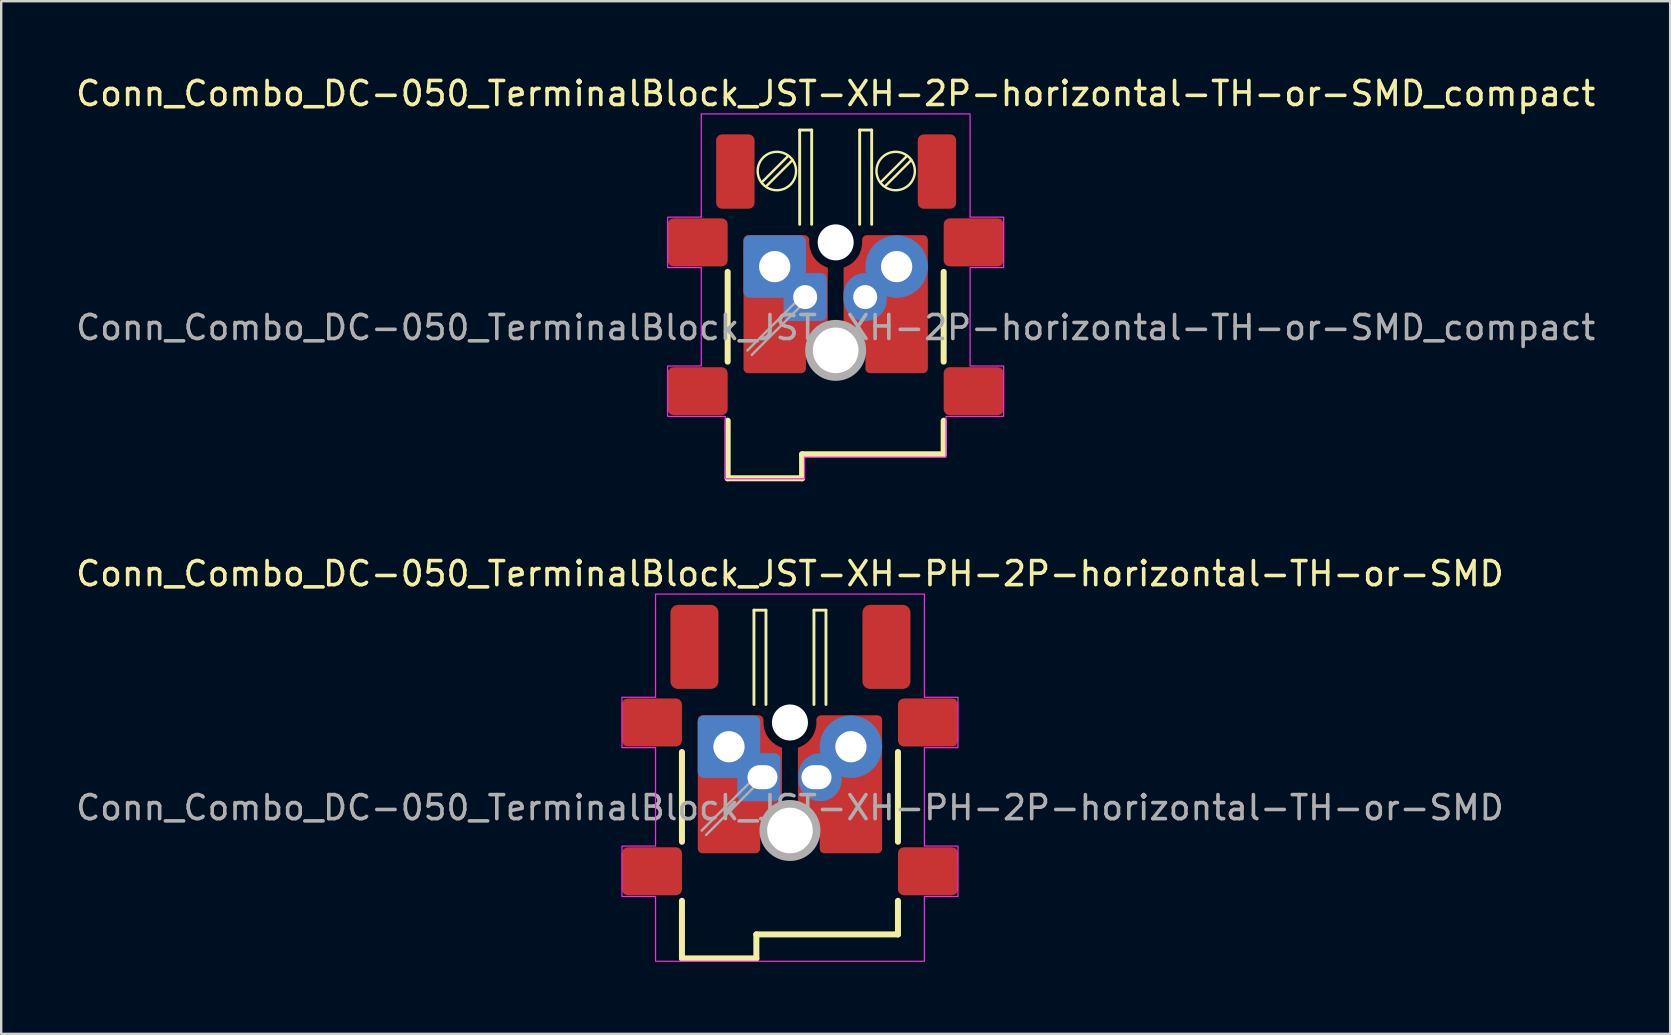
<source format=kicad_pcb>
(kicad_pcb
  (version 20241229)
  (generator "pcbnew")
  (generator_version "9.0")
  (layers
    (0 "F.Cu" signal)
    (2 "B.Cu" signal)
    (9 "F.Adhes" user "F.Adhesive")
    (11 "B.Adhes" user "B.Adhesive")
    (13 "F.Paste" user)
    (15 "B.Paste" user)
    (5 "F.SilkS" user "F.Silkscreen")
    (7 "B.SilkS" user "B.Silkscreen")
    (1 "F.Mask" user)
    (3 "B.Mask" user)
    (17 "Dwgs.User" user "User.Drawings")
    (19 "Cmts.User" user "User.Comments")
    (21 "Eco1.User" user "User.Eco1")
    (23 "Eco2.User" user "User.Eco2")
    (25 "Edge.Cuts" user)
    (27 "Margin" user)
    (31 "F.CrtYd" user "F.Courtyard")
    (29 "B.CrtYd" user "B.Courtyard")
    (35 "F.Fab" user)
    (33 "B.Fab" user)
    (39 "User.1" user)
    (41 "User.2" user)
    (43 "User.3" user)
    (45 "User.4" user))
  (footprint "Conn_Combo_DC-050_TerminalBlock_JST-XH-PH-2P-horizontal-TH-or-SMD"
    (layer "F.Cu")
    (at 29.863 30.602)
    (property "Reference" "Conn_Combo_DC-050_TerminalBlock_JST-XH-PH-2P-horizontal-TH-or-SMD" (at 0 -9.75 0) (layer "F.SilkS") (effects (font (size 1 1) (thickness 0.15))))
    (attr through_hole)
    (fp_line (start -4.5 -2.32) (end -4.5 1.42) (stroke (width 0.25) (type solid)) (layer "F.SilkS"))
    (fp_line (start -4.5 3.88) (end -4.5 6.28) (stroke (width 0.25) (type solid)) (layer "F.SilkS"))
    (fp_line (start -4.5 6.28) (end -1.4 6.28) (stroke (width 0.25) (type solid)) (layer "F.SilkS"))
    (fp_line (start -1.5 -8.23) (end -1.5 -4.3) (stroke (width 0.12) (type solid)) (layer "F.SilkS"))
    (fp_line (start -1.4 5.28) (end 4.5 5.28) (stroke (width 0.25) (type solid)) (layer "F.SilkS"))
    (fp_line (start -1.4 6.28) (end -1.4 5.28) (stroke (width 0.25) (type solid)) (layer "F.SilkS"))
    (fp_line (start -1 -8.23) (end -1.5 -8.23) (stroke (width 0.12) (type solid)) (layer "F.SilkS"))
    (fp_line (start -1 -4.3) (end -1 -8.23) (stroke (width 0.12) (type solid)) (layer "F.SilkS"))
    (fp_line (start 1 -8.23) (end 1 -4.3) (stroke (width 0.12) (type solid)) (layer "F.SilkS"))
    (fp_line (start 1.5 -8.23) (end 1 -8.23) (stroke (width 0.12) (type solid)) (layer "F.SilkS"))
    (fp_line (start 1.5 -4.3) (end 1.5 -8.23) (stroke (width 0.12) (type solid)) (layer "F.SilkS"))
    (fp_line (start 4.5 -2.32) (end 4.5 1.42) (stroke (width 0.25) (type solid)) (layer "F.SilkS"))
    (fp_line (start 4.5 5.28) (end 4.5 3.88) (stroke (width 0.25) (type solid)) (layer "F.SilkS"))
    (fp_circle (center 0 -3.55) (end 0 -3.25) (stroke (width 0.6) (type solid)) (fill no) (layer "Cmts.User"))
    (fp_circle (center 0 0.95) (end 0 1.33) (stroke (width 0.75) (type solid)) (fill no) (layer "Cmts.User"))
    (fp_poly (pts (xy -5.6 3.7) (xy -7 3.7) (xy -7 1.6) (xy -5.6 1.6) (xy -5.6 -2.5) (xy -7 -2.5) (xy -7 -4.6) (xy -5.6 -4.6) (xy -5.6 -8.9) (xy 5.6 -8.9) (xy 5.6 -4.6) (xy 7 -4.6) (xy 7 -2.5) (xy 5.6 -2.5) (xy 5.6 1.6) (xy 7 1.6) (xy 7 3.7) (xy 5.6 3.7) (xy 5.6 6.4) (xy -5.6 6.4)) (stroke (width 0.05) (type solid)) (fill no) (layer "F.CrtYd"))
    (fp_line (start -1.585 -1.138) (end -3.678 0.955) (stroke (width 0.1) (type solid)) (layer "F.Fab"))
    (fp_line (start -1.402 -0.955) (end -3.495 1.138) (stroke (width 0.1) (type solid)) (layer "F.Fab"))
    (fp_circle (center 0 -3.55) (end 0 -3.22) (stroke (width 0.65) (type solid)) (fill no) (layer "F.Fab"))
    (fp_circle (center 0 0.95) (end 0 1.37) (stroke (width 0.85) (type solid)) (fill no) (layer "F.Fab"))
    (fp_text user "${REFERENCE}" (at 0 0 0) (layer "F.Fab") (effects (font (size 1 1) (thickness 0.15))))
    (pad "" np_thru_hole circle (at 0 -3.55 270) (size 1.5 1.5) (drill 1.5) (layers "*.Cu" "*.Mask"))
    (pad "" np_thru_hole circle (at 0 0.95 270) (size 1.9 1.9) (drill 1.9) (layers "*.Cu" "*.Mask"))
    (pad "1" thru_hole oval (at 1.105 -1.27 180) (size 1.8 2) (drill oval 1.25 1 (offset -0.15 0)) (layers "*.Cu" "*.Mask"))
    (pad "1" smd custom (at 1.23 -1.27) (size 1.4 2) (layers "F.Cu" "F.Mask" "F.Paste") (options (anchor rect)) (primitives (gr_poly (pts (xy -0.134 -2.164) (xy -0.131 -2.197) (xy -0.129 -2.278) (xy -0.129 -2.282) (arc (start -0.129364 -2.38) (mid -0.070786 -2.521423) (end 0.070636 -2.58)) (arc (start 2.41 -2.58) (mid 2.551421 -2.521421) (end 2.61 -2.38)) (arc (start 2.61 2.97) (mid 2.551421 3.111421) (end 2.41 3.17)) (arc (start 0.21 3.17) (mid 0.068579 3.111421) (end 0.01 2.97)) (xy 0.01 2.222) (xy 0.01 2.218) (xy 0.008 2.134) (xy 0.006 2.105) (xy -0.022 1.936) (xy -0.03 1.904) (xy -0.084 1.744) (xy -0.097 1.714) (xy -0.176 1.565) (xy -0.194 1.537) (xy -0.296 1.403) (xy -0.318 1.378) (xy -0.441 1.262) (xy -0.466 1.242) (xy -0.606 1.147) (xy -0.635 1.131) (xy -0.79 1.059) (xy -0.817 1.049) (xy -0.9 1.025) (xy -0.9 -1.23) (xy -0.821 -1.257) (xy -0.791 -1.269) (xy -0.645 -1.346) (xy -0.615 -1.366) (xy -0.487 -1.467) (xy -0.461 -1.491) (xy -0.353 -1.614) (xy -0.331 -1.643) (xy -0.247 -1.782) (xy -0.231 -1.815) (xy -0.174 -1.967) (xy -0.164 -2.002)) (width 0) (fill yes))))
    (pad "1" thru_hole circle (at 2.54 -2.54) (size 2.6 2.6) (drill 1.3) (layers "*.Cu" "*.Mask"))
    (pad "1" smd roundrect (at 5.75 -3.55 270) (size 2 2.5) (layers "F.Cu" "F.Mask" "F.Paste") (roundrect_rratio 0.125))
    (pad "1" smd roundrect (at 5.75 2.65 270) (size 2 2.5) (layers "F.Cu" "F.Mask" "F.Paste") (roundrect_rratio 0.125))
    (pad "2" smd roundrect (at -5.75 -3.55 270) (size 2 2.5) (layers "F.Cu" "F.Mask" "F.Paste") (roundrect_rratio 0.125))
    (pad "2" thru_hole roundrect (at -2.54 -2.54) (size 2.6 2.6) (drill 1.3) (layers "*.Cu" "*.Mask") (roundrect_rratio 0.096))
    (pad "2" smd custom (at -1.24 -1.24) (size 1.4 2) (layers "F.Cu" "F.Mask" "F.Paste") (options (anchor rect)) (primitives (gr_poly (pts (xy 0.144 -2.194) (xy 0.141 -2.227) (xy 0.139 -2.308) (xy 0.139 -2.312) (arc (start 0.139364 -2.41) (mid 0.080786 -2.551423) (end -0.060636 -2.61)) (arc (start -2.4 -2.61) (mid -2.541421 -2.551421) (end -2.6 -2.41)) (arc (start -2.6 2.94) (mid -2.541421 3.081421) (end -2.4 3.14)) (arc (start -0.2 3.14) (mid -0.058579 3.081421) (end 0 2.94)) (xy 0 2.192) (xy 0.000032 2.188) (xy 0.002 2.104) (xy 0.004 2.075) (xy 0.032 1.906) (xy 0.04 1.874) (xy 0.094 1.714) (xy 0.107 1.684) (xy 0.186 1.535) (xy 0.204 1.507) (xy 0.306 1.373) (xy 0.328 1.348) (xy 0.451 1.232) (xy 0.476 1.212) (xy 0.616 1.117) (xy 0.645 1.101) (xy 0.8 1.029) (xy 0.827 1.019) (xy 0.91 0.995) (xy 0.91 -1.26) (xy 0.831 -1.287) (xy 0.801 -1.299) (xy 0.655 -1.376) (xy 0.625 -1.396) (xy 0.497 -1.497) (xy 0.471 -1.521) (xy 0.363 -1.644) (xy 0.341 -1.673) (xy 0.257 -1.812) (xy 0.241 -1.845) (xy 0.184 -1.997) (xy 0.174 -2.032)) (width 0) (fill yes))))
    (pad "2" thru_hole roundrect (at -1.145 -1.27 180) (size 1.8 2) (drill oval 1.25 1 (offset 0.15 0)) (layers "*.Cu" "*.Mask") (roundrect_rratio 0.139))
    (pad "3" smd roundrect (at -5.75 2.65 270) (size 2 2.5) (layers "F.Cu" "F.Mask" "F.Paste") (roundrect_rratio 0.125))
    (pad "MP" smd roundrect (at -3.98 -6.7) (size 2 3.5) (layers "F.Cu" "F.Mask" "F.Paste") (roundrect_rratio 0.156))
    (pad "MP" smd roundrect (at 4.02 -6.7) (size 2 3.5) (layers "F.Cu" "F.Mask" "F.Paste") (roundrect_rratio 0.156)))
  (footprint "Conn_Combo_DC-050_TerminalBlock_JST-XH-2P-horizontal-TH-or-SMD_compact"
    (layer "F.Cu")
    (at 31.768 10.598)
    (property "Reference" "Conn_Combo_DC-050_TerminalBlock_JST-XH-2P-horizontal-TH-or-SMD_compact" (at 0 -9.75 0) (layer "F.SilkS") (effects (font (size 1 1) (thickness 0.15))))
    (attr through_hole)
    (fp_line (start -4.5 -2.32) (end -4.5 1.42) (stroke (width 0.25) (type solid)) (layer "F.SilkS"))
    (fp_line (start -4.5 3.88) (end -4.5 6.28) (stroke (width 0.25) (type solid)) (layer "F.SilkS"))
    (fp_line (start -4.5 6.28) (end -1.4 6.28) (stroke (width 0.25) (type solid)) (layer "F.SilkS"))
    (fp_line (start -2.001 -7.129) (end -3.051 -6.079) (stroke (width 0.1) (type solid)) (layer "F.SilkS"))
    (fp_line (start -1.801 -6.979) (end -2.901 -5.879) (stroke (width 0.1) (type solid)) (layer "F.SilkS"))
    (fp_line (start -1.5 -8.23) (end -1.5 -4.3) (stroke (width 0.12) (type solid)) (layer "F.SilkS"))
    (fp_line (start -1.4 5.28) (end 4.5 5.28) (stroke (width 0.25) (type solid)) (layer "F.SilkS"))
    (fp_line (start -1.4 6.28) (end -1.4 5.28) (stroke (width 0.25) (type solid)) (layer "F.SilkS"))
    (fp_line (start -1 -8.23) (end -1.5 -8.23) (stroke (width 0.12) (type solid)) (layer "F.SilkS"))
    (fp_line (start -1 -4.3) (end -1 -8.23) (stroke (width 0.12) (type solid)) (layer "F.SilkS"))
    (fp_line (start 1 -8.23) (end 1 -4.3) (stroke (width 0.12) (type solid)) (layer "F.SilkS"))
    (fp_line (start 1.5 -8.23) (end 1 -8.23) (stroke (width 0.12) (type solid)) (layer "F.SilkS"))
    (fp_line (start 1.5 -4.3) (end 1.5 -8.23) (stroke (width 0.12) (type solid)) (layer "F.SilkS"))
    (fp_line (start 2.949 -7.129) (end 1.899 -6.079) (stroke (width 0.1) (type solid)) (layer "F.SilkS"))
    (fp_line (start 3.149 -6.979) (end 2.049 -5.879) (stroke (width 0.1) (type solid)) (layer "F.SilkS"))
    (fp_line (start 4.5 -2.32) (end 4.5 1.42) (stroke (width 0.25) (type solid)) (layer "F.SilkS"))
    (fp_line (start 4.5 5.28) (end 4.5 3.88) (stroke (width 0.25) (type solid)) (layer "F.SilkS"))
    (fp_circle (center -2.45 -6.522) (end -1.65 -6.522) (stroke (width 0.1) (type solid)) (fill no) (layer "F.SilkS"))
    (fp_circle (center 2.5 -6.522) (end 3.3 -6.522) (stroke (width 0.1) (type solid)) (fill no) (layer "F.SilkS"))
    (fp_circle (center 0 -3.55) (end 0 -3.25) (stroke (width 0.6) (type solid)) (fill no) (layer "Cmts.User"))
    (fp_circle (center 0 0.95) (end 0 1.33) (stroke (width 0.75) (type solid)) (fill no) (layer "Cmts.User"))
    (fp_poly (pts (xy -4.6 3.7) (xy -7 3.7) (xy -7 1.6) (xy -5.6 1.6) (xy -5.6 -2.5) (xy -7 -2.5) (xy -7 -4.6) (xy -5.6 -4.6) (xy -5.6 -8.9) (xy 5.6 -8.9) (xy 5.6 -4.6) (xy 7 -4.6) (xy 7 -2.5) (xy 5.6 -2.5) (xy 5.6 1.6) (xy 7 1.6) (xy 7 3.7) (xy 4.6 3.7) (xy 4.6 5.4) (xy -1.3 5.4) (xy -1.3 6.3) (xy -4.6 6.3)) (stroke (width 0.05) (type solid)) (fill no) (layer "F.CrtYd"))
    (fp_line (start -1.585 -1.138) (end -3.678 0.955) (stroke (width 0.1) (type solid)) (layer "F.Fab"))
    (fp_line (start -1.402 -0.955) (end -3.495 1.138) (stroke (width 0.1) (type solid)) (layer "F.Fab"))
    (fp_circle (center 0 -3.55) (end 0 -3.22) (stroke (width 0.65) (type solid)) (fill no) (layer "F.Fab"))
    (fp_circle (center 0 0.95) (end 0 1.37) (stroke (width 0.85) (type solid)) (fill no) (layer "F.Fab"))
    (fp_text user "${REFERENCE}" (at 0 0 0) (layer "F.Fab") (effects (font (size 1 1) (thickness 0.15))))
    (pad "" np_thru_hole circle (at 0 -3.55 270) (size 1.5 1.5) (drill 1.5) (layers "*.Cu" "*.Mask"))
    (pad "" np_thru_hole circle (at 0 0.95 270) (size 1.9 1.9) (drill 1.9) (layers "*.Cu" "*.Mask"))
    (pad "1" smd custom (at 1.23 -1.27) (size 1.4 2) (layers "F.Cu" "F.Mask" "F.Paste") (options (anchor rect)) (primitives (gr_poly (pts (xy -0.134 -2.164) (xy -0.131 -2.197) (xy -0.129 -2.278) (xy -0.129 -2.282) (arc (start -0.129364 -2.38) (mid -0.070786 -2.521423) (end 0.070636 -2.58)) (arc (start 2.41 -2.58) (mid 2.551421 -2.521421) (end 2.61 -2.38)) (arc (start 2.61 2.97) (mid 2.551421 3.111421) (end 2.41 3.17)) (arc (start 0.21 3.17) (mid 0.068579 3.111421) (end 0.01 2.97)) (xy 0.01 2.222) (xy 0.01 2.218) (xy 0.008 2.134) (xy 0.006 2.105) (xy -0.022 1.936) (xy -0.03 1.904) (xy -0.084 1.744) (xy -0.097 1.714) (xy -0.176 1.565) (xy -0.194 1.537) (xy -0.296 1.403) (xy -0.318 1.378) (xy -0.441 1.262) (xy -0.466 1.242) (xy -0.606 1.147) (xy -0.635 1.131) (xy -0.79 1.059) (xy -0.817 1.049) (xy -0.9 1.025) (xy -0.9 -1.23) (xy -0.821 -1.257) (xy -0.791 -1.269) (xy -0.645 -1.346) (xy -0.615 -1.366) (xy -0.487 -1.467) (xy -0.461 -1.491) (xy -0.353 -1.614) (xy -0.331 -1.643) (xy -0.247 -1.782) (xy -0.231 -1.815) (xy -0.174 -1.967) (xy -0.164 -2.002)) (width 0) (fill yes))))
    (pad "1" thru_hole oval (at 1.23 -1.27 180) (size 1.8 2) (drill 1) (layers "*.Cu" "*.Mask"))
    (pad "1" thru_hole circle (at 2.54 -2.54) (size 2.6 2.6) (drill 1.3) (layers "*.Cu" "*.Mask"))
    (pad "1" smd roundrect (at 5.75 -3.55 270) (size 2 2.5) (layers "F.Cu" "F.Mask" "F.Paste") (roundrect_rratio 0.125))
    (pad "1" smd roundrect (at 5.75 2.65 270) (size 2 2.5) (layers "F.Cu" "F.Mask" "F.Paste") (roundrect_rratio 0.125))
    (pad "2" smd roundrect (at -5.75 -3.55 270) (size 2 2.5) (layers "F.Cu" "F.Mask" "F.Paste") (roundrect_rratio 0.125))
    (pad "2" thru_hole roundrect (at -2.54 -2.54) (size 2.6 2.6) (drill 1.3) (layers "*.Cu" "*.Mask") (roundrect_rratio 0.096))
    (pad "2" thru_hole roundrect (at -1.27 -1.27 180) (size 1.8 2) (drill 1) (layers "*.Cu" "*.Mask") (roundrect_rratio 0.139))
    (pad "2" smd custom (at -1.24 -1.24) (size 1.4 2) (layers "F.Cu" "F.Mask" "F.Paste") (options (anchor rect)) (primitives (gr_poly (pts (xy 0.144 -2.194) (xy 0.141 -2.227) (xy 0.139 -2.308) (xy 0.139 -2.312) (arc (start 0.139364 -2.41) (mid 0.080786 -2.551423) (end -0.060636 -2.61)) (arc (start -2.4 -2.61) (mid -2.541421 -2.551421) (end -2.6 -2.41)) (arc (start -2.6 2.94) (mid -2.541421 3.081421) (end -2.4 3.14)) (arc (start -0.2 3.14) (mid -0.058579 3.081421) (end 0 2.94)) (xy 0 2.192) (xy 0.000032 2.188) (xy 0.002 2.104) (xy 0.004 2.075) (xy 0.032 1.906) (xy 0.04 1.874) (xy 0.094 1.714) (xy 0.107 1.684) (xy 0.186 1.535) (xy 0.204 1.507) (xy 0.306 1.373) (xy 0.328 1.348) (xy 0.451 1.232) (xy 0.476 1.212) (xy 0.616 1.117) (xy 0.645 1.101) (xy 0.8 1.029) (xy 0.827 1.019) (xy 0.91 0.995) (xy 0.91 -1.26) (xy 0.831 -1.287) (xy 0.801 -1.299) (xy 0.655 -1.376) (xy 0.625 -1.396) (xy 0.497 -1.497) (xy 0.471 -1.521) (xy 0.363 -1.644) (xy 0.341 -1.673) (xy 0.257 -1.812) (xy 0.241 -1.845) (xy 0.184 -1.997) (xy 0.174 -2.032)) (width 0) (fill yes))))
    (pad "3" smd roundrect (at -5.75 2.65 270) (size 2 2.5) (layers "F.Cu" "F.Mask" "F.Paste") (roundrect_rratio 0.125))
    (pad "4" smd roundrect (at -4.18 -6.5) (size 1.6 3.1) (layers "F.Cu" "F.Mask" "F.Paste") (roundrect_rratio 0.156))
    (pad "5" smd roundrect (at 4.22 -6.5) (size 1.6 3.1) (layers "F.Cu" "F.Mask" "F.Paste") (roundrect_rratio 0.156)))
  (gr_rect
    (start -3 -3)
    (end 66.536 40.026)
    (stroke (width 0.1) (type default))
    (fill no)
    (layer "Edge.Cuts")))
</source>
